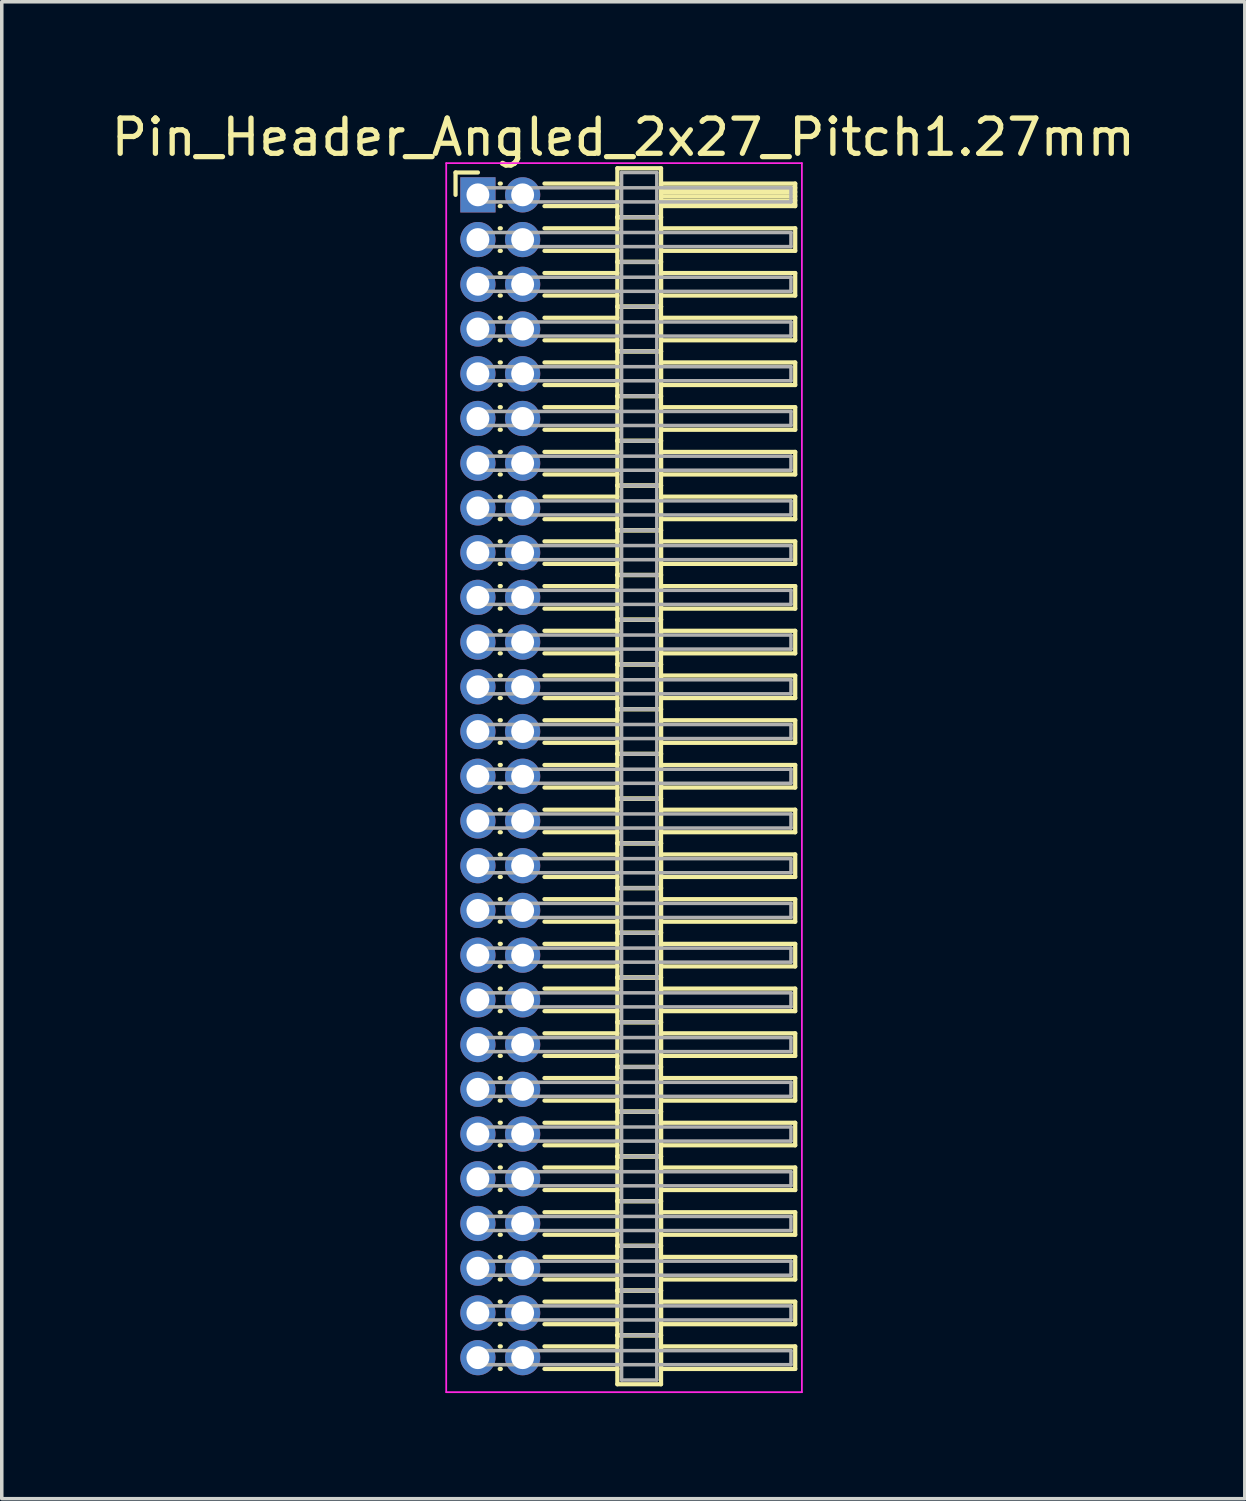
<source format=kicad_pcb>
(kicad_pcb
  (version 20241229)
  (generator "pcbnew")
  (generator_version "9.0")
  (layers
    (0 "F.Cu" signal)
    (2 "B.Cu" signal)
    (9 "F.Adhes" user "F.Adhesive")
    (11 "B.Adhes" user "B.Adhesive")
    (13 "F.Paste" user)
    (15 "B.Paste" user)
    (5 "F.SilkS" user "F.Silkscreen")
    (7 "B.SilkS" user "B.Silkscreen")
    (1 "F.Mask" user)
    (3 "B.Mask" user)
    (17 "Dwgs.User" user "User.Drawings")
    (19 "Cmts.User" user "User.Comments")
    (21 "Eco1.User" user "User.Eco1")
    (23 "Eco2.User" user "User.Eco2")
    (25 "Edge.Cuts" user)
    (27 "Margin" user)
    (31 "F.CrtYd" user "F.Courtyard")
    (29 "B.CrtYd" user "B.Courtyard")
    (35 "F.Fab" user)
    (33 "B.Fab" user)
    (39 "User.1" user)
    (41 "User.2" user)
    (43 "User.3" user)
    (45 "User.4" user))
  (footprint "Pin_Header_Angled_2x27_Pitch1.27mm"
    (layer "F.Cu")
    (at 10.521 2.483)
    (property "Reference" "Pin_Header_Angled_2x27_Pitch1.27mm" (at 4.128 -1.635 0) (layer "F.SilkS") (effects (font (size 1 1) (thickness 0.15))))
    (attr through_hole)
    (fp_line (start -0.635 -0.635) (end 0 -0.635) (stroke (width 0.12) (type solid)) (layer "F.SilkS"))
    (fp_line (start -0.635 0) (end -0.635 -0.635) (stroke (width 0.12) (type solid)) (layer "F.SilkS"))
    (fp_line (start 0.62 -0.32) (end 0.65 -0.32) (stroke (width 0.12) (type solid)) (layer "F.SilkS"))
    (fp_line (start 0.62 0.32) (end 0.65 0.32) (stroke (width 0.12) (type solid)) (layer "F.SilkS"))
    (fp_line (start 0.62 0.95) (end 0.65 0.95) (stroke (width 0.12) (type solid)) (layer "F.SilkS"))
    (fp_line (start 0.62 1.59) (end 0.65 1.59) (stroke (width 0.12) (type solid)) (layer "F.SilkS"))
    (fp_line (start 0.62 2.22) (end 0.65 2.22) (stroke (width 0.12) (type solid)) (layer "F.SilkS"))
    (fp_line (start 0.62 2.86) (end 0.65 2.86) (stroke (width 0.12) (type solid)) (layer "F.SilkS"))
    (fp_line (start 0.62 3.49) (end 0.65 3.49) (stroke (width 0.12) (type solid)) (layer "F.SilkS"))
    (fp_line (start 0.62 4.13) (end 0.65 4.13) (stroke (width 0.12) (type solid)) (layer "F.SilkS"))
    (fp_line (start 0.62 4.76) (end 0.65 4.76) (stroke (width 0.12) (type solid)) (layer "F.SilkS"))
    (fp_line (start 0.62 5.4) (end 0.65 5.4) (stroke (width 0.12) (type solid)) (layer "F.SilkS"))
    (fp_line (start 0.62 6.03) (end 0.65 6.03) (stroke (width 0.12) (type solid)) (layer "F.SilkS"))
    (fp_line (start 0.62 6.67) (end 0.65 6.67) (stroke (width 0.12) (type solid)) (layer "F.SilkS"))
    (fp_line (start 0.62 7.3) (end 0.65 7.3) (stroke (width 0.12) (type solid)) (layer "F.SilkS"))
    (fp_line (start 0.62 7.94) (end 0.65 7.94) (stroke (width 0.12) (type solid)) (layer "F.SilkS"))
    (fp_line (start 0.62 8.57) (end 0.65 8.57) (stroke (width 0.12) (type solid)) (layer "F.SilkS"))
    (fp_line (start 0.62 9.21) (end 0.65 9.21) (stroke (width 0.12) (type solid)) (layer "F.SilkS"))
    (fp_line (start 0.62 9.84) (end 0.65 9.84) (stroke (width 0.12) (type solid)) (layer "F.SilkS"))
    (fp_line (start 0.62 10.48) (end 0.65 10.48) (stroke (width 0.12) (type solid)) (layer "F.SilkS"))
    (fp_line (start 0.62 11.11) (end 0.65 11.11) (stroke (width 0.12) (type solid)) (layer "F.SilkS"))
    (fp_line (start 0.62 11.75) (end 0.65 11.75) (stroke (width 0.12) (type solid)) (layer "F.SilkS"))
    (fp_line (start 0.62 12.38) (end 0.65 12.38) (stroke (width 0.12) (type solid)) (layer "F.SilkS"))
    (fp_line (start 0.62 13.02) (end 0.65 13.02) (stroke (width 0.12) (type solid)) (layer "F.SilkS"))
    (fp_line (start 0.62 13.65) (end 0.65 13.65) (stroke (width 0.12) (type solid)) (layer "F.SilkS"))
    (fp_line (start 0.62 14.29) (end 0.65 14.29) (stroke (width 0.12) (type solid)) (layer "F.SilkS"))
    (fp_line (start 0.62 14.92) (end 0.65 14.92) (stroke (width 0.12) (type solid)) (layer "F.SilkS"))
    (fp_line (start 0.62 15.56) (end 0.65 15.56) (stroke (width 0.12) (type solid)) (layer "F.SilkS"))
    (fp_line (start 0.62 16.19) (end 0.65 16.19) (stroke (width 0.12) (type solid)) (layer "F.SilkS"))
    (fp_line (start 0.62 16.83) (end 0.65 16.83) (stroke (width 0.12) (type solid)) (layer "F.SilkS"))
    (fp_line (start 0.62 17.46) (end 0.65 17.46) (stroke (width 0.12) (type solid)) (layer "F.SilkS"))
    (fp_line (start 0.62 18.1) (end 0.65 18.1) (stroke (width 0.12) (type solid)) (layer "F.SilkS"))
    (fp_line (start 0.62 18.73) (end 0.65 18.73) (stroke (width 0.12) (type solid)) (layer "F.SilkS"))
    (fp_line (start 0.62 19.37) (end 0.65 19.37) (stroke (width 0.12) (type solid)) (layer "F.SilkS"))
    (fp_line (start 0.62 20) (end 0.65 20) (stroke (width 0.12) (type solid)) (layer "F.SilkS"))
    (fp_line (start 0.62 20.64) (end 0.65 20.64) (stroke (width 0.12) (type solid)) (layer "F.SilkS"))
    (fp_line (start 0.62 21.27) (end 0.65 21.27) (stroke (width 0.12) (type solid)) (layer "F.SilkS"))
    (fp_line (start 0.62 21.91) (end 0.65 21.91) (stroke (width 0.12) (type solid)) (layer "F.SilkS"))
    (fp_line (start 0.62 22.54) (end 0.65 22.54) (stroke (width 0.12) (type solid)) (layer "F.SilkS"))
    (fp_line (start 0.62 23.18) (end 0.65 23.18) (stroke (width 0.12) (type solid)) (layer "F.SilkS"))
    (fp_line (start 0.62 23.81) (end 0.65 23.81) (stroke (width 0.12) (type solid)) (layer "F.SilkS"))
    (fp_line (start 0.62 24.45) (end 0.65 24.45) (stroke (width 0.12) (type solid)) (layer "F.SilkS"))
    (fp_line (start 0.62 25.08) (end 0.65 25.08) (stroke (width 0.12) (type solid)) (layer "F.SilkS"))
    (fp_line (start 0.62 25.72) (end 0.65 25.72) (stroke (width 0.12) (type solid)) (layer "F.SilkS"))
    (fp_line (start 0.62 26.35) (end 0.65 26.35) (stroke (width 0.12) (type solid)) (layer "F.SilkS"))
    (fp_line (start 0.62 26.99) (end 0.65 26.99) (stroke (width 0.12) (type solid)) (layer "F.SilkS"))
    (fp_line (start 0.62 27.62) (end 0.65 27.62) (stroke (width 0.12) (type solid)) (layer "F.SilkS"))
    (fp_line (start 0.62 28.26) (end 0.65 28.26) (stroke (width 0.12) (type solid)) (layer "F.SilkS"))
    (fp_line (start 0.62 28.89) (end 0.65 28.89) (stroke (width 0.12) (type solid)) (layer "F.SilkS"))
    (fp_line (start 0.62 29.53) (end 0.65 29.53) (stroke (width 0.12) (type solid)) (layer "F.SilkS"))
    (fp_line (start 0.62 30.16) (end 0.65 30.16) (stroke (width 0.12) (type solid)) (layer "F.SilkS"))
    (fp_line (start 0.62 30.8) (end 0.65 30.8) (stroke (width 0.12) (type solid)) (layer "F.SilkS"))
    (fp_line (start 0.62 31.43) (end 0.65 31.43) (stroke (width 0.12) (type solid)) (layer "F.SilkS"))
    (fp_line (start 0.62 32.07) (end 0.65 32.07) (stroke (width 0.12) (type solid)) (layer "F.SilkS"))
    (fp_line (start 0.62 32.7) (end 0.65 32.7) (stroke (width 0.12) (type solid)) (layer "F.SilkS"))
    (fp_line (start 0.62 33.34) (end 0.65 33.34) (stroke (width 0.12) (type solid)) (layer "F.SilkS"))
    (fp_line (start 1.89 -0.32) (end 3.96 -0.32) (stroke (width 0.12) (type solid)) (layer "F.SilkS"))
    (fp_line (start 1.89 0.32) (end 3.96 0.32) (stroke (width 0.12) (type solid)) (layer "F.SilkS"))
    (fp_line (start 1.89 0.95) (end 3.96 0.95) (stroke (width 0.12) (type solid)) (layer "F.SilkS"))
    (fp_line (start 1.89 1.59) (end 3.96 1.59) (stroke (width 0.12) (type solid)) (layer "F.SilkS"))
    (fp_line (start 1.89 2.22) (end 3.96 2.22) (stroke (width 0.12) (type solid)) (layer "F.SilkS"))
    (fp_line (start 1.89 2.86) (end 3.96 2.86) (stroke (width 0.12) (type solid)) (layer "F.SilkS"))
    (fp_line (start 1.89 3.49) (end 3.96 3.49) (stroke (width 0.12) (type solid)) (layer "F.SilkS"))
    (fp_line (start 1.89 4.13) (end 3.96 4.13) (stroke (width 0.12) (type solid)) (layer "F.SilkS"))
    (fp_line (start 1.89 4.76) (end 3.96 4.76) (stroke (width 0.12) (type solid)) (layer "F.SilkS"))
    (fp_line (start 1.89 5.4) (end 3.96 5.4) (stroke (width 0.12) (type solid)) (layer "F.SilkS"))
    (fp_line (start 1.89 6.03) (end 3.96 6.03) (stroke (width 0.12) (type solid)) (layer "F.SilkS"))
    (fp_line (start 1.89 6.67) (end 3.96 6.67) (stroke (width 0.12) (type solid)) (layer "F.SilkS"))
    (fp_line (start 1.89 7.3) (end 3.96 7.3) (stroke (width 0.12) (type solid)) (layer "F.SilkS"))
    (fp_line (start 1.89 7.94) (end 3.96 7.94) (stroke (width 0.12) (type solid)) (layer "F.SilkS"))
    (fp_line (start 1.89 8.57) (end 3.96 8.57) (stroke (width 0.12) (type solid)) (layer "F.SilkS"))
    (fp_line (start 1.89 9.21) (end 3.96 9.21) (stroke (width 0.12) (type solid)) (layer "F.SilkS"))
    (fp_line (start 1.89 9.84) (end 3.96 9.84) (stroke (width 0.12) (type solid)) (layer "F.SilkS"))
    (fp_line (start 1.89 10.48) (end 3.96 10.48) (stroke (width 0.12) (type solid)) (layer "F.SilkS"))
    (fp_line (start 1.89 11.11) (end 3.96 11.11) (stroke (width 0.12) (type solid)) (layer "F.SilkS"))
    (fp_line (start 1.89 11.75) (end 3.96 11.75) (stroke (width 0.12) (type solid)) (layer "F.SilkS"))
    (fp_line (start 1.89 12.38) (end 3.96 12.38) (stroke (width 0.12) (type solid)) (layer "F.SilkS"))
    (fp_line (start 1.89 13.02) (end 3.96 13.02) (stroke (width 0.12) (type solid)) (layer "F.SilkS"))
    (fp_line (start 1.89 13.65) (end 3.96 13.65) (stroke (width 0.12) (type solid)) (layer "F.SilkS"))
    (fp_line (start 1.89 14.29) (end 3.96 14.29) (stroke (width 0.12) (type solid)) (layer "F.SilkS"))
    (fp_line (start 1.89 14.92) (end 3.96 14.92) (stroke (width 0.12) (type solid)) (layer "F.SilkS"))
    (fp_line (start 1.89 15.56) (end 3.96 15.56) (stroke (width 0.12) (type solid)) (layer "F.SilkS"))
    (fp_line (start 1.89 16.19) (end 3.96 16.19) (stroke (width 0.12) (type solid)) (layer "F.SilkS"))
    (fp_line (start 1.89 16.83) (end 3.96 16.83) (stroke (width 0.12) (type solid)) (layer "F.SilkS"))
    (fp_line (start 1.89 17.46) (end 3.96 17.46) (stroke (width 0.12) (type solid)) (layer "F.SilkS"))
    (fp_line (start 1.89 18.1) (end 3.96 18.1) (stroke (width 0.12) (type solid)) (layer "F.SilkS"))
    (fp_line (start 1.89 18.73) (end 3.96 18.73) (stroke (width 0.12) (type solid)) (layer "F.SilkS"))
    (fp_line (start 1.89 19.37) (end 3.96 19.37) (stroke (width 0.12) (type solid)) (layer "F.SilkS"))
    (fp_line (start 1.89 20) (end 3.96 20) (stroke (width 0.12) (type solid)) (layer "F.SilkS"))
    (fp_line (start 1.89 20.64) (end 3.96 20.64) (stroke (width 0.12) (type solid)) (layer "F.SilkS"))
    (fp_line (start 1.89 21.27) (end 3.96 21.27) (stroke (width 0.12) (type solid)) (layer "F.SilkS"))
    (fp_line (start 1.89 21.91) (end 3.96 21.91) (stroke (width 0.12) (type solid)) (layer "F.SilkS"))
    (fp_line (start 1.89 22.54) (end 3.96 22.54) (stroke (width 0.12) (type solid)) (layer "F.SilkS"))
    (fp_line (start 1.89 23.18) (end 3.96 23.18) (stroke (width 0.12) (type solid)) (layer "F.SilkS"))
    (fp_line (start 1.89 23.81) (end 3.96 23.81) (stroke (width 0.12) (type solid)) (layer "F.SilkS"))
    (fp_line (start 1.89 24.45) (end 3.96 24.45) (stroke (width 0.12) (type solid)) (layer "F.SilkS"))
    (fp_line (start 1.89 25.08) (end 3.96 25.08) (stroke (width 0.12) (type solid)) (layer "F.SilkS"))
    (fp_line (start 1.89 25.72) (end 3.96 25.72) (stroke (width 0.12) (type solid)) (layer "F.SilkS"))
    (fp_line (start 1.89 26.35) (end 3.96 26.35) (stroke (width 0.12) (type solid)) (layer "F.SilkS"))
    (fp_line (start 1.89 26.99) (end 3.96 26.99) (stroke (width 0.12) (type solid)) (layer "F.SilkS"))
    (fp_line (start 1.89 27.62) (end 3.96 27.62) (stroke (width 0.12) (type solid)) (layer "F.SilkS"))
    (fp_line (start 1.89 28.26) (end 3.96 28.26) (stroke (width 0.12) (type solid)) (layer "F.SilkS"))
    (fp_line (start 1.89 28.89) (end 3.96 28.89) (stroke (width 0.12) (type solid)) (layer "F.SilkS"))
    (fp_line (start 1.89 29.53) (end 3.96 29.53) (stroke (width 0.12) (type solid)) (layer "F.SilkS"))
    (fp_line (start 1.89 30.16) (end 3.96 30.16) (stroke (width 0.12) (type solid)) (layer "F.SilkS"))
    (fp_line (start 1.89 30.8) (end 3.96 30.8) (stroke (width 0.12) (type solid)) (layer "F.SilkS"))
    (fp_line (start 1.89 31.43) (end 3.96 31.43) (stroke (width 0.12) (type solid)) (layer "F.SilkS"))
    (fp_line (start 1.89 32.07) (end 3.96 32.07) (stroke (width 0.12) (type solid)) (layer "F.SilkS"))
    (fp_line (start 1.89 32.7) (end 3.96 32.7) (stroke (width 0.12) (type solid)) (layer "F.SilkS"))
    (fp_line (start 1.89 33.34) (end 3.96 33.34) (stroke (width 0.12) (type solid)) (layer "F.SilkS"))
    (fp_line (start 3.96 -0.755) (end 3.96 0.635) (stroke (width 0.12) (type solid)) (layer "F.SilkS"))
    (fp_line (start 3.96 0.635) (end 3.96 1.905) (stroke (width 0.12) (type solid)) (layer "F.SilkS"))
    (fp_line (start 3.96 0.635) (end 5.2 0.635) (stroke (width 0.12) (type solid)) (layer "F.SilkS"))
    (fp_line (start 3.96 1.905) (end 3.96 3.175) (stroke (width 0.12) (type solid)) (layer "F.SilkS"))
    (fp_line (start 3.96 1.905) (end 5.2 1.905) (stroke (width 0.12) (type solid)) (layer "F.SilkS"))
    (fp_line (start 3.96 3.175) (end 3.96 4.445) (stroke (width 0.12) (type solid)) (layer "F.SilkS"))
    (fp_line (start 3.96 3.175) (end 5.2 3.175) (stroke (width 0.12) (type solid)) (layer "F.SilkS"))
    (fp_line (start 3.96 4.445) (end 3.96 5.715) (stroke (width 0.12) (type solid)) (layer "F.SilkS"))
    (fp_line (start 3.96 4.445) (end 5.2 4.445) (stroke (width 0.12) (type solid)) (layer "F.SilkS"))
    (fp_line (start 3.96 5.715) (end 3.96 6.985) (stroke (width 0.12) (type solid)) (layer "F.SilkS"))
    (fp_line (start 3.96 5.715) (end 5.2 5.715) (stroke (width 0.12) (type solid)) (layer "F.SilkS"))
    (fp_line (start 3.96 6.985) (end 3.96 8.255) (stroke (width 0.12) (type solid)) (layer "F.SilkS"))
    (fp_line (start 3.96 6.985) (end 5.2 6.985) (stroke (width 0.12) (type solid)) (layer "F.SilkS"))
    (fp_line (start 3.96 8.255) (end 3.96 9.525) (stroke (width 0.12) (type solid)) (layer "F.SilkS"))
    (fp_line (start 3.96 8.255) (end 5.2 8.255) (stroke (width 0.12) (type solid)) (layer "F.SilkS"))
    (fp_line (start 3.96 9.525) (end 3.96 10.795) (stroke (width 0.12) (type solid)) (layer "F.SilkS"))
    (fp_line (start 3.96 9.525) (end 5.2 9.525) (stroke (width 0.12) (type solid)) (layer "F.SilkS"))
    (fp_line (start 3.96 10.795) (end 3.96 12.065) (stroke (width 0.12) (type solid)) (layer "F.SilkS"))
    (fp_line (start 3.96 10.795) (end 5.2 10.795) (stroke (width 0.12) (type solid)) (layer "F.SilkS"))
    (fp_line (start 3.96 12.065) (end 3.96 13.335) (stroke (width 0.12) (type solid)) (layer "F.SilkS"))
    (fp_line (start 3.96 12.065) (end 5.2 12.065) (stroke (width 0.12) (type solid)) (layer "F.SilkS"))
    (fp_line (start 3.96 13.335) (end 3.96 14.605) (stroke (width 0.12) (type solid)) (layer "F.SilkS"))
    (fp_line (start 3.96 13.335) (end 5.2 13.335) (stroke (width 0.12) (type solid)) (layer "F.SilkS"))
    (fp_line (start 3.96 14.605) (end 3.96 15.875) (stroke (width 0.12) (type solid)) (layer "F.SilkS"))
    (fp_line (start 3.96 14.605) (end 5.2 14.605) (stroke (width 0.12) (type solid)) (layer "F.SilkS"))
    (fp_line (start 3.96 15.875) (end 3.96 17.145) (stroke (width 0.12) (type solid)) (layer "F.SilkS"))
    (fp_line (start 3.96 15.875) (end 5.2 15.875) (stroke (width 0.12) (type solid)) (layer "F.SilkS"))
    (fp_line (start 3.96 17.145) (end 3.96 18.415) (stroke (width 0.12) (type solid)) (layer "F.SilkS"))
    (fp_line (start 3.96 17.145) (end 5.2 17.145) (stroke (width 0.12) (type solid)) (layer "F.SilkS"))
    (fp_line (start 3.96 18.415) (end 3.96 19.685) (stroke (width 0.12) (type solid)) (layer "F.SilkS"))
    (fp_line (start 3.96 18.415) (end 5.2 18.415) (stroke (width 0.12) (type solid)) (layer "F.SilkS"))
    (fp_line (start 3.96 19.685) (end 3.96 20.955) (stroke (width 0.12) (type solid)) (layer "F.SilkS"))
    (fp_line (start 3.96 19.685) (end 5.2 19.685) (stroke (width 0.12) (type solid)) (layer "F.SilkS"))
    (fp_line (start 3.96 20.955) (end 3.96 22.225) (stroke (width 0.12) (type solid)) (layer "F.SilkS"))
    (fp_line (start 3.96 20.955) (end 5.2 20.955) (stroke (width 0.12) (type solid)) (layer "F.SilkS"))
    (fp_line (start 3.96 22.225) (end 3.96 23.495) (stroke (width 0.12) (type solid)) (layer "F.SilkS"))
    (fp_line (start 3.96 22.225) (end 5.2 22.225) (stroke (width 0.12) (type solid)) (layer "F.SilkS"))
    (fp_line (start 3.96 23.495) (end 3.96 24.765) (stroke (width 0.12) (type solid)) (layer "F.SilkS"))
    (fp_line (start 3.96 23.495) (end 5.2 23.495) (stroke (width 0.12) (type solid)) (layer "F.SilkS"))
    (fp_line (start 3.96 24.765) (end 3.96 26.035) (stroke (width 0.12) (type solid)) (layer "F.SilkS"))
    (fp_line (start 3.96 24.765) (end 5.2 24.765) (stroke (width 0.12) (type solid)) (layer "F.SilkS"))
    (fp_line (start 3.96 26.035) (end 3.96 27.305) (stroke (width 0.12) (type solid)) (layer "F.SilkS"))
    (fp_line (start 3.96 26.035) (end 5.2 26.035) (stroke (width 0.12) (type solid)) (layer "F.SilkS"))
    (fp_line (start 3.96 27.305) (end 3.96 28.575) (stroke (width 0.12) (type solid)) (layer "F.SilkS"))
    (fp_line (start 3.96 27.305) (end 5.2 27.305) (stroke (width 0.12) (type solid)) (layer "F.SilkS"))
    (fp_line (start 3.96 28.575) (end 3.96 29.845) (stroke (width 0.12) (type solid)) (layer "F.SilkS"))
    (fp_line (start 3.96 28.575) (end 5.2 28.575) (stroke (width 0.12) (type solid)) (layer "F.SilkS"))
    (fp_line (start 3.96 29.845) (end 3.96 31.115) (stroke (width 0.12) (type solid)) (layer "F.SilkS"))
    (fp_line (start 3.96 29.845) (end 5.2 29.845) (stroke (width 0.12) (type solid)) (layer "F.SilkS"))
    (fp_line (start 3.96 31.115) (end 3.96 32.385) (stroke (width 0.12) (type solid)) (layer "F.SilkS"))
    (fp_line (start 3.96 31.115) (end 5.2 31.115) (stroke (width 0.12) (type solid)) (layer "F.SilkS"))
    (fp_line (start 3.96 32.385) (end 3.96 33.775) (stroke (width 0.12) (type solid)) (layer "F.SilkS"))
    (fp_line (start 3.96 32.385) (end 5.2 32.385) (stroke (width 0.12) (type solid)) (layer "F.SilkS"))
    (fp_line (start 3.96 33.775) (end 5.2 33.775) (stroke (width 0.12) (type solid)) (layer "F.SilkS"))
    (fp_line (start 5.2 -0.755) (end 3.96 -0.755) (stroke (width 0.12) (type solid)) (layer "F.SilkS"))
    (fp_line (start 5.2 -0.32) (end 5.2 0.32) (stroke (width 0.12) (type solid)) (layer "F.SilkS"))
    (fp_line (start 5.2 -0.2) (end 9.01 -0.2) (stroke (width 0.12) (type solid)) (layer "F.SilkS"))
    (fp_line (start 5.2 -0.08) (end 9.01 -0.08) (stroke (width 0.12) (type solid)) (layer "F.SilkS"))
    (fp_line (start 5.2 0.04) (end 9.01 0.04) (stroke (width 0.12) (type solid)) (layer "F.SilkS"))
    (fp_line (start 5.2 0.16) (end 9.01 0.16) (stroke (width 0.12) (type solid)) (layer "F.SilkS"))
    (fp_line (start 5.2 0.28) (end 9.01 0.28) (stroke (width 0.12) (type solid)) (layer "F.SilkS"))
    (fp_line (start 5.2 0.32) (end 9.01 0.32) (stroke (width 0.12) (type solid)) (layer "F.SilkS"))
    (fp_line (start 5.2 0.635) (end 3.96 0.635) (stroke (width 0.12) (type solid)) (layer "F.SilkS"))
    (fp_line (start 5.2 0.635) (end 5.2 -0.755) (stroke (width 0.12) (type solid)) (layer "F.SilkS"))
    (fp_line (start 5.2 0.95) (end 5.2 1.59) (stroke (width 0.12) (type solid)) (layer "F.SilkS"))
    (fp_line (start 5.2 1.59) (end 9.01 1.59) (stroke (width 0.12) (type solid)) (layer "F.SilkS"))
    (fp_line (start 5.2 1.905) (end 3.96 1.905) (stroke (width 0.12) (type solid)) (layer "F.SilkS"))
    (fp_line (start 5.2 1.905) (end 5.2 0.635) (stroke (width 0.12) (type solid)) (layer "F.SilkS"))
    (fp_line (start 5.2 2.22) (end 5.2 2.86) (stroke (width 0.12) (type solid)) (layer "F.SilkS"))
    (fp_line (start 5.2 2.86) (end 9.01 2.86) (stroke (width 0.12) (type solid)) (layer "F.SilkS"))
    (fp_line (start 5.2 3.175) (end 3.96 3.175) (stroke (width 0.12) (type solid)) (layer "F.SilkS"))
    (fp_line (start 5.2 3.175) (end 5.2 1.905) (stroke (width 0.12) (type solid)) (layer "F.SilkS"))
    (fp_line (start 5.2 3.49) (end 5.2 4.13) (stroke (width 0.12) (type solid)) (layer "F.SilkS"))
    (fp_line (start 5.2 4.13) (end 9.01 4.13) (stroke (width 0.12) (type solid)) (layer "F.SilkS"))
    (fp_line (start 5.2 4.445) (end 3.96 4.445) (stroke (width 0.12) (type solid)) (layer "F.SilkS"))
    (fp_line (start 5.2 4.445) (end 5.2 3.175) (stroke (width 0.12) (type solid)) (layer "F.SilkS"))
    (fp_line (start 5.2 4.76) (end 5.2 5.4) (stroke (width 0.12) (type solid)) (layer "F.SilkS"))
    (fp_line (start 5.2 5.4) (end 9.01 5.4) (stroke (width 0.12) (type solid)) (layer "F.SilkS"))
    (fp_line (start 5.2 5.715) (end 3.96 5.715) (stroke (width 0.12) (type solid)) (layer "F.SilkS"))
    (fp_line (start 5.2 5.715) (end 5.2 4.445) (stroke (width 0.12) (type solid)) (layer "F.SilkS"))
    (fp_line (start 5.2 6.03) (end 5.2 6.67) (stroke (width 0.12) (type solid)) (layer "F.SilkS"))
    (fp_line (start 5.2 6.67) (end 9.01 6.67) (stroke (width 0.12) (type solid)) (layer "F.SilkS"))
    (fp_line (start 5.2 6.985) (end 3.96 6.985) (stroke (width 0.12) (type solid)) (layer "F.SilkS"))
    (fp_line (start 5.2 6.985) (end 5.2 5.715) (stroke (width 0.12) (type solid)) (layer "F.SilkS"))
    (fp_line (start 5.2 7.3) (end 5.2 7.94) (stroke (width 0.12) (type solid)) (layer "F.SilkS"))
    (fp_line (start 5.2 7.94) (end 9.01 7.94) (stroke (width 0.12) (type solid)) (layer "F.SilkS"))
    (fp_line (start 5.2 8.255) (end 3.96 8.255) (stroke (width 0.12) (type solid)) (layer "F.SilkS"))
    (fp_line (start 5.2 8.255) (end 5.2 6.985) (stroke (width 0.12) (type solid)) (layer "F.SilkS"))
    (fp_line (start 5.2 8.57) (end 5.2 9.21) (stroke (width 0.12) (type solid)) (layer "F.SilkS"))
    (fp_line (start 5.2 9.21) (end 9.01 9.21) (stroke (width 0.12) (type solid)) (layer "F.SilkS"))
    (fp_line (start 5.2 9.525) (end 3.96 9.525) (stroke (width 0.12) (type solid)) (layer "F.SilkS"))
    (fp_line (start 5.2 9.525) (end 5.2 8.255) (stroke (width 0.12) (type solid)) (layer "F.SilkS"))
    (fp_line (start 5.2 9.84) (end 5.2 10.48) (stroke (width 0.12) (type solid)) (layer "F.SilkS"))
    (fp_line (start 5.2 10.48) (end 9.01 10.48) (stroke (width 0.12) (type solid)) (layer "F.SilkS"))
    (fp_line (start 5.2 10.795) (end 3.96 10.795) (stroke (width 0.12) (type solid)) (layer "F.SilkS"))
    (fp_line (start 5.2 10.795) (end 5.2 9.525) (stroke (width 0.12) (type solid)) (layer "F.SilkS"))
    (fp_line (start 5.2 11.11) (end 5.2 11.75) (stroke (width 0.12) (type solid)) (layer "F.SilkS"))
    (fp_line (start 5.2 11.75) (end 9.01 11.75) (stroke (width 0.12) (type solid)) (layer "F.SilkS"))
    (fp_line (start 5.2 12.065) (end 3.96 12.065) (stroke (width 0.12) (type solid)) (layer "F.SilkS"))
    (fp_line (start 5.2 12.065) (end 5.2 10.795) (stroke (width 0.12) (type solid)) (layer "F.SilkS"))
    (fp_line (start 5.2 12.38) (end 5.2 13.02) (stroke (width 0.12) (type solid)) (layer "F.SilkS"))
    (fp_line (start 5.2 13.02) (end 9.01 13.02) (stroke (width 0.12) (type solid)) (layer "F.SilkS"))
    (fp_line (start 5.2 13.335) (end 3.96 13.335) (stroke (width 0.12) (type solid)) (layer "F.SilkS"))
    (fp_line (start 5.2 13.335) (end 5.2 12.065) (stroke (width 0.12) (type solid)) (layer "F.SilkS"))
    (fp_line (start 5.2 13.65) (end 5.2 14.29) (stroke (width 0.12) (type solid)) (layer "F.SilkS"))
    (fp_line (start 5.2 14.29) (end 9.01 14.29) (stroke (width 0.12) (type solid)) (layer "F.SilkS"))
    (fp_line (start 5.2 14.605) (end 3.96 14.605) (stroke (width 0.12) (type solid)) (layer "F.SilkS"))
    (fp_line (start 5.2 14.605) (end 5.2 13.335) (stroke (width 0.12) (type solid)) (layer "F.SilkS"))
    (fp_line (start 5.2 14.92) (end 5.2 15.56) (stroke (width 0.12) (type solid)) (layer "F.SilkS"))
    (fp_line (start 5.2 15.56) (end 9.01 15.56) (stroke (width 0.12) (type solid)) (layer "F.SilkS"))
    (fp_line (start 5.2 15.875) (end 3.96 15.875) (stroke (width 0.12) (type solid)) (layer "F.SilkS"))
    (fp_line (start 5.2 15.875) (end 5.2 14.605) (stroke (width 0.12) (type solid)) (layer "F.SilkS"))
    (fp_line (start 5.2 16.19) (end 5.2 16.83) (stroke (width 0.12) (type solid)) (layer "F.SilkS"))
    (fp_line (start 5.2 16.83) (end 9.01 16.83) (stroke (width 0.12) (type solid)) (layer "F.SilkS"))
    (fp_line (start 5.2 17.145) (end 3.96 17.145) (stroke (width 0.12) (type solid)) (layer "F.SilkS"))
    (fp_line (start 5.2 17.145) (end 5.2 15.875) (stroke (width 0.12) (type solid)) (layer "F.SilkS"))
    (fp_line (start 5.2 17.46) (end 5.2 18.1) (stroke (width 0.12) (type solid)) (layer "F.SilkS"))
    (fp_line (start 5.2 18.1) (end 9.01 18.1) (stroke (width 0.12) (type solid)) (layer "F.SilkS"))
    (fp_line (start 5.2 18.415) (end 3.96 18.415) (stroke (width 0.12) (type solid)) (layer "F.SilkS"))
    (fp_line (start 5.2 18.415) (end 5.2 17.145) (stroke (width 0.12) (type solid)) (layer "F.SilkS"))
    (fp_line (start 5.2 18.73) (end 5.2 19.37) (stroke (width 0.12) (type solid)) (layer "F.SilkS"))
    (fp_line (start 5.2 19.37) (end 9.01 19.37) (stroke (width 0.12) (type solid)) (layer "F.SilkS"))
    (fp_line (start 5.2 19.685) (end 3.96 19.685) (stroke (width 0.12) (type solid)) (layer "F.SilkS"))
    (fp_line (start 5.2 19.685) (end 5.2 18.415) (stroke (width 0.12) (type solid)) (layer "F.SilkS"))
    (fp_line (start 5.2 20) (end 5.2 20.64) (stroke (width 0.12) (type solid)) (layer "F.SilkS"))
    (fp_line (start 5.2 20.64) (end 9.01 20.64) (stroke (width 0.12) (type solid)) (layer "F.SilkS"))
    (fp_line (start 5.2 20.955) (end 3.96 20.955) (stroke (width 0.12) (type solid)) (layer "F.SilkS"))
    (fp_line (start 5.2 20.955) (end 5.2 19.685) (stroke (width 0.12) (type solid)) (layer "F.SilkS"))
    (fp_line (start 5.2 21.27) (end 5.2 21.91) (stroke (width 0.12) (type solid)) (layer "F.SilkS"))
    (fp_line (start 5.2 21.91) (end 9.01 21.91) (stroke (width 0.12) (type solid)) (layer "F.SilkS"))
    (fp_line (start 5.2 22.225) (end 3.96 22.225) (stroke (width 0.12) (type solid)) (layer "F.SilkS"))
    (fp_line (start 5.2 22.225) (end 5.2 20.955) (stroke (width 0.12) (type solid)) (layer "F.SilkS"))
    (fp_line (start 5.2 22.54) (end 5.2 23.18) (stroke (width 0.12) (type solid)) (layer "F.SilkS"))
    (fp_line (start 5.2 23.18) (end 9.01 23.18) (stroke (width 0.12) (type solid)) (layer "F.SilkS"))
    (fp_line (start 5.2 23.495) (end 3.96 23.495) (stroke (width 0.12) (type solid)) (layer "F.SilkS"))
    (fp_line (start 5.2 23.495) (end 5.2 22.225) (stroke (width 0.12) (type solid)) (layer "F.SilkS"))
    (fp_line (start 5.2 23.81) (end 5.2 24.45) (stroke (width 0.12) (type solid)) (layer "F.SilkS"))
    (fp_line (start 5.2 24.45) (end 9.01 24.45) (stroke (width 0.12) (type solid)) (layer "F.SilkS"))
    (fp_line (start 5.2 24.765) (end 3.96 24.765) (stroke (width 0.12) (type solid)) (layer "F.SilkS"))
    (fp_line (start 5.2 24.765) (end 5.2 23.495) (stroke (width 0.12) (type solid)) (layer "F.SilkS"))
    (fp_line (start 5.2 25.08) (end 5.2 25.72) (stroke (width 0.12) (type solid)) (layer "F.SilkS"))
    (fp_line (start 5.2 25.72) (end 9.01 25.72) (stroke (width 0.12) (type solid)) (layer "F.SilkS"))
    (fp_line (start 5.2 26.035) (end 3.96 26.035) (stroke (width 0.12) (type solid)) (layer "F.SilkS"))
    (fp_line (start 5.2 26.035) (end 5.2 24.765) (stroke (width 0.12) (type solid)) (layer "F.SilkS"))
    (fp_line (start 5.2 26.35) (end 5.2 26.99) (stroke (width 0.12) (type solid)) (layer "F.SilkS"))
    (fp_line (start 5.2 26.99) (end 9.01 26.99) (stroke (width 0.12) (type solid)) (layer "F.SilkS"))
    (fp_line (start 5.2 27.305) (end 3.96 27.305) (stroke (width 0.12) (type solid)) (layer "F.SilkS"))
    (fp_line (start 5.2 27.305) (end 5.2 26.035) (stroke (width 0.12) (type solid)) (layer "F.SilkS"))
    (fp_line (start 5.2 27.62) (end 5.2 28.26) (stroke (width 0.12) (type solid)) (layer "F.SilkS"))
    (fp_line (start 5.2 28.26) (end 9.01 28.26) (stroke (width 0.12) (type solid)) (layer "F.SilkS"))
    (fp_line (start 5.2 28.575) (end 3.96 28.575) (stroke (width 0.12) (type solid)) (layer "F.SilkS"))
    (fp_line (start 5.2 28.575) (end 5.2 27.305) (stroke (width 0.12) (type solid)) (layer "F.SilkS"))
    (fp_line (start 5.2 28.89) (end 5.2 29.53) (stroke (width 0.12) (type solid)) (layer "F.SilkS"))
    (fp_line (start 5.2 29.53) (end 9.01 29.53) (stroke (width 0.12) (type solid)) (layer "F.SilkS"))
    (fp_line (start 5.2 29.845) (end 3.96 29.845) (stroke (width 0.12) (type solid)) (layer "F.SilkS"))
    (fp_line (start 5.2 29.845) (end 5.2 28.575) (stroke (width 0.12) (type solid)) (layer "F.SilkS"))
    (fp_line (start 5.2 30.16) (end 5.2 30.8) (stroke (width 0.12) (type solid)) (layer "F.SilkS"))
    (fp_line (start 5.2 30.8) (end 9.01 30.8) (stroke (width 0.12) (type solid)) (layer "F.SilkS"))
    (fp_line (start 5.2 31.115) (end 3.96 31.115) (stroke (width 0.12) (type solid)) (layer "F.SilkS"))
    (fp_line (start 5.2 31.115) (end 5.2 29.845) (stroke (width 0.12) (type solid)) (layer "F.SilkS"))
    (fp_line (start 5.2 31.43) (end 5.2 32.07) (stroke (width 0.12) (type solid)) (layer "F.SilkS"))
    (fp_line (start 5.2 32.07) (end 9.01 32.07) (stroke (width 0.12) (type solid)) (layer "F.SilkS"))
    (fp_line (start 5.2 32.385) (end 3.96 32.385) (stroke (width 0.12) (type solid)) (layer "F.SilkS"))
    (fp_line (start 5.2 32.385) (end 5.2 31.115) (stroke (width 0.12) (type solid)) (layer "F.SilkS"))
    (fp_line (start 5.2 32.7) (end 5.2 33.34) (stroke (width 0.12) (type solid)) (layer "F.SilkS"))
    (fp_line (start 5.2 33.34) (end 9.01 33.34) (stroke (width 0.12) (type solid)) (layer "F.SilkS"))
    (fp_line (start 5.2 33.775) (end 5.2 32.385) (stroke (width 0.12) (type solid)) (layer "F.SilkS"))
    (fp_line (start 9.01 -0.32) (end 5.2 -0.32) (stroke (width 0.12) (type solid)) (layer "F.SilkS"))
    (fp_line (start 9.01 0.32) (end 9.01 -0.32) (stroke (width 0.12) (type solid)) (layer "F.SilkS"))
    (fp_line (start 9.01 0.95) (end 5.2 0.95) (stroke (width 0.12) (type solid)) (layer "F.SilkS"))
    (fp_line (start 9.01 1.59) (end 9.01 0.95) (stroke (width 0.12) (type solid)) (layer "F.SilkS"))
    (fp_line (start 9.01 2.22) (end 5.2 2.22) (stroke (width 0.12) (type solid)) (layer "F.SilkS"))
    (fp_line (start 9.01 2.86) (end 9.01 2.22) (stroke (width 0.12) (type solid)) (layer "F.SilkS"))
    (fp_line (start 9.01 3.49) (end 5.2 3.49) (stroke (width 0.12) (type solid)) (layer "F.SilkS"))
    (fp_line (start 9.01 4.13) (end 9.01 3.49) (stroke (width 0.12) (type solid)) (layer "F.SilkS"))
    (fp_line (start 9.01 4.76) (end 5.2 4.76) (stroke (width 0.12) (type solid)) (layer "F.SilkS"))
    (fp_line (start 9.01 5.4) (end 9.01 4.76) (stroke (width 0.12) (type solid)) (layer "F.SilkS"))
    (fp_line (start 9.01 6.03) (end 5.2 6.03) (stroke (width 0.12) (type solid)) (layer "F.SilkS"))
    (fp_line (start 9.01 6.67) (end 9.01 6.03) (stroke (width 0.12) (type solid)) (layer "F.SilkS"))
    (fp_line (start 9.01 7.3) (end 5.2 7.3) (stroke (width 0.12) (type solid)) (layer "F.SilkS"))
    (fp_line (start 9.01 7.94) (end 9.01 7.3) (stroke (width 0.12) (type solid)) (layer "F.SilkS"))
    (fp_line (start 9.01 8.57) (end 5.2 8.57) (stroke (width 0.12) (type solid)) (layer "F.SilkS"))
    (fp_line (start 9.01 9.21) (end 9.01 8.57) (stroke (width 0.12) (type solid)) (layer "F.SilkS"))
    (fp_line (start 9.01 9.84) (end 5.2 9.84) (stroke (width 0.12) (type solid)) (layer "F.SilkS"))
    (fp_line (start 9.01 10.48) (end 9.01 9.84) (stroke (width 0.12) (type solid)) (layer "F.SilkS"))
    (fp_line (start 9.01 11.11) (end 5.2 11.11) (stroke (width 0.12) (type solid)) (layer "F.SilkS"))
    (fp_line (start 9.01 11.75) (end 9.01 11.11) (stroke (width 0.12) (type solid)) (layer "F.SilkS"))
    (fp_line (start 9.01 12.38) (end 5.2 12.38) (stroke (width 0.12) (type solid)) (layer "F.SilkS"))
    (fp_line (start 9.01 13.02) (end 9.01 12.38) (stroke (width 0.12) (type solid)) (layer "F.SilkS"))
    (fp_line (start 9.01 13.65) (end 5.2 13.65) (stroke (width 0.12) (type solid)) (layer "F.SilkS"))
    (fp_line (start 9.01 14.29) (end 9.01 13.65) (stroke (width 0.12) (type solid)) (layer "F.SilkS"))
    (fp_line (start 9.01 14.92) (end 5.2 14.92) (stroke (width 0.12) (type solid)) (layer "F.SilkS"))
    (fp_line (start 9.01 15.56) (end 9.01 14.92) (stroke (width 0.12) (type solid)) (layer "F.SilkS"))
    (fp_line (start 9.01 16.19) (end 5.2 16.19) (stroke (width 0.12) (type solid)) (layer "F.SilkS"))
    (fp_line (start 9.01 16.83) (end 9.01 16.19) (stroke (width 0.12) (type solid)) (layer "F.SilkS"))
    (fp_line (start 9.01 17.46) (end 5.2 17.46) (stroke (width 0.12) (type solid)) (layer "F.SilkS"))
    (fp_line (start 9.01 18.1) (end 9.01 17.46) (stroke (width 0.12) (type solid)) (layer "F.SilkS"))
    (fp_line (start 9.01 18.73) (end 5.2 18.73) (stroke (width 0.12) (type solid)) (layer "F.SilkS"))
    (fp_line (start 9.01 19.37) (end 9.01 18.73) (stroke (width 0.12) (type solid)) (layer "F.SilkS"))
    (fp_line (start 9.01 20) (end 5.2 20) (stroke (width 0.12) (type solid)) (layer "F.SilkS"))
    (fp_line (start 9.01 20.64) (end 9.01 20) (stroke (width 0.12) (type solid)) (layer "F.SilkS"))
    (fp_line (start 9.01 21.27) (end 5.2 21.27) (stroke (width 0.12) (type solid)) (layer "F.SilkS"))
    (fp_line (start 9.01 21.91) (end 9.01 21.27) (stroke (width 0.12) (type solid)) (layer "F.SilkS"))
    (fp_line (start 9.01 22.54) (end 5.2 22.54) (stroke (width 0.12) (type solid)) (layer "F.SilkS"))
    (fp_line (start 9.01 23.18) (end 9.01 22.54) (stroke (width 0.12) (type solid)) (layer "F.SilkS"))
    (fp_line (start 9.01 23.81) (end 5.2 23.81) (stroke (width 0.12) (type solid)) (layer "F.SilkS"))
    (fp_line (start 9.01 24.45) (end 9.01 23.81) (stroke (width 0.12) (type solid)) (layer "F.SilkS"))
    (fp_line (start 9.01 25.08) (end 5.2 25.08) (stroke (width 0.12) (type solid)) (layer "F.SilkS"))
    (fp_line (start 9.01 25.72) (end 9.01 25.08) (stroke (width 0.12) (type solid)) (layer "F.SilkS"))
    (fp_line (start 9.01 26.35) (end 5.2 26.35) (stroke (width 0.12) (type solid)) (layer "F.SilkS"))
    (fp_line (start 9.01 26.99) (end 9.01 26.35) (stroke (width 0.12) (type solid)) (layer "F.SilkS"))
    (fp_line (start 9.01 27.62) (end 5.2 27.62) (stroke (width 0.12) (type solid)) (layer "F.SilkS"))
    (fp_line (start 9.01 28.26) (end 9.01 27.62) (stroke (width 0.12) (type solid)) (layer "F.SilkS"))
    (fp_line (start 9.01 28.89) (end 5.2 28.89) (stroke (width 0.12) (type solid)) (layer "F.SilkS"))
    (fp_line (start 9.01 29.53) (end 9.01 28.89) (stroke (width 0.12) (type solid)) (layer "F.SilkS"))
    (fp_line (start 9.01 30.16) (end 5.2 30.16) (stroke (width 0.12) (type solid)) (layer "F.SilkS"))
    (fp_line (start 9.01 30.8) (end 9.01 30.16) (stroke (width 0.12) (type solid)) (layer "F.SilkS"))
    (fp_line (start 9.01 31.43) (end 5.2 31.43) (stroke (width 0.12) (type solid)) (layer "F.SilkS"))
    (fp_line (start 9.01 32.07) (end 9.01 31.43) (stroke (width 0.12) (type solid)) (layer "F.SilkS"))
    (fp_line (start 9.01 32.7) (end 5.2 32.7) (stroke (width 0.12) (type solid)) (layer "F.SilkS"))
    (fp_line (start 9.01 33.34) (end 9.01 32.7) (stroke (width 0.12) (type solid)) (layer "F.SilkS"))
    (fp_line (start -0.9 -0.9) (end -0.9 34) (stroke (width 0.05) (type solid)) (layer "F.CrtYd"))
    (fp_line (start -0.9 34) (end 9.2 34) (stroke (width 0.05) (type solid)) (layer "F.CrtYd"))
    (fp_line (start 9.2 -0.9) (end -0.9 -0.9) (stroke (width 0.05) (type solid)) (layer "F.CrtYd"))
    (fp_line (start 9.2 34) (end 9.2 -0.9) (stroke (width 0.05) (type solid)) (layer "F.CrtYd"))
    (fp_line (start 0 -0.2) (end 0 0.2) (stroke (width 0.1) (type solid)) (layer "F.Fab"))
    (fp_line (start 0 0.2) (end 8.89 0.2) (stroke (width 0.1) (type solid)) (layer "F.Fab"))
    (fp_line (start 0 1.07) (end 0 1.47) (stroke (width 0.1) (type solid)) (layer "F.Fab"))
    (fp_line (start 0 1.47) (end 8.89 1.47) (stroke (width 0.1) (type solid)) (layer "F.Fab"))
    (fp_line (start 0 2.34) (end 0 2.74) (stroke (width 0.1) (type solid)) (layer "F.Fab"))
    (fp_line (start 0 2.74) (end 8.89 2.74) (stroke (width 0.1) (type solid)) (layer "F.Fab"))
    (fp_line (start 0 3.61) (end 0 4.01) (stroke (width 0.1) (type solid)) (layer "F.Fab"))
    (fp_line (start 0 4.01) (end 8.89 4.01) (stroke (width 0.1) (type solid)) (layer "F.Fab"))
    (fp_line (start 0 4.88) (end 0 5.28) (stroke (width 0.1) (type solid)) (layer "F.Fab"))
    (fp_line (start 0 5.28) (end 8.89 5.28) (stroke (width 0.1) (type solid)) (layer "F.Fab"))
    (fp_line (start 0 6.15) (end 0 6.55) (stroke (width 0.1) (type solid)) (layer "F.Fab"))
    (fp_line (start 0 6.55) (end 8.89 6.55) (stroke (width 0.1) (type solid)) (layer "F.Fab"))
    (fp_line (start 0 7.42) (end 0 7.82) (stroke (width 0.1) (type solid)) (layer "F.Fab"))
    (fp_line (start 0 7.82) (end 8.89 7.82) (stroke (width 0.1) (type solid)) (layer "F.Fab"))
    (fp_line (start 0 8.69) (end 0 9.09) (stroke (width 0.1) (type solid)) (layer "F.Fab"))
    (fp_line (start 0 9.09) (end 8.89 9.09) (stroke (width 0.1) (type solid)) (layer "F.Fab"))
    (fp_line (start 0 9.96) (end 0 10.36) (stroke (width 0.1) (type solid)) (layer "F.Fab"))
    (fp_line (start 0 10.36) (end 8.89 10.36) (stroke (width 0.1) (type solid)) (layer "F.Fab"))
    (fp_line (start 0 11.23) (end 0 11.63) (stroke (width 0.1) (type solid)) (layer "F.Fab"))
    (fp_line (start 0 11.63) (end 8.89 11.63) (stroke (width 0.1) (type solid)) (layer "F.Fab"))
    (fp_line (start 0 12.5) (end 0 12.9) (stroke (width 0.1) (type solid)) (layer "F.Fab"))
    (fp_line (start 0 12.9) (end 8.89 12.9) (stroke (width 0.1) (type solid)) (layer "F.Fab"))
    (fp_line (start 0 13.77) (end 0 14.17) (stroke (width 0.1) (type solid)) (layer "F.Fab"))
    (fp_line (start 0 14.17) (end 8.89 14.17) (stroke (width 0.1) (type solid)) (layer "F.Fab"))
    (fp_line (start 0 15.04) (end 0 15.44) (stroke (width 0.1) (type solid)) (layer "F.Fab"))
    (fp_line (start 0 15.44) (end 8.89 15.44) (stroke (width 0.1) (type solid)) (layer "F.Fab"))
    (fp_line (start 0 16.31) (end 0 16.71) (stroke (width 0.1) (type solid)) (layer "F.Fab"))
    (fp_line (start 0 16.71) (end 8.89 16.71) (stroke (width 0.1) (type solid)) (layer "F.Fab"))
    (fp_line (start 0 17.58) (end 0 17.98) (stroke (width 0.1) (type solid)) (layer "F.Fab"))
    (fp_line (start 0 17.98) (end 8.89 17.98) (stroke (width 0.1) (type solid)) (layer "F.Fab"))
    (fp_line (start 0 18.85) (end 0 19.25) (stroke (width 0.1) (type solid)) (layer "F.Fab"))
    (fp_line (start 0 19.25) (end 8.89 19.25) (stroke (width 0.1) (type solid)) (layer "F.Fab"))
    (fp_line (start 0 20.12) (end 0 20.52) (stroke (width 0.1) (type solid)) (layer "F.Fab"))
    (fp_line (start 0 20.52) (end 8.89 20.52) (stroke (width 0.1) (type solid)) (layer "F.Fab"))
    (fp_line (start 0 21.39) (end 0 21.79) (stroke (width 0.1) (type solid)) (layer "F.Fab"))
    (fp_line (start 0 21.79) (end 8.89 21.79) (stroke (width 0.1) (type solid)) (layer "F.Fab"))
    (fp_line (start 0 22.66) (end 0 23.06) (stroke (width 0.1) (type solid)) (layer "F.Fab"))
    (fp_line (start 0 23.06) (end 8.89 23.06) (stroke (width 0.1) (type solid)) (layer "F.Fab"))
    (fp_line (start 0 23.93) (end 0 24.33) (stroke (width 0.1) (type solid)) (layer "F.Fab"))
    (fp_line (start 0 24.33) (end 8.89 24.33) (stroke (width 0.1) (type solid)) (layer "F.Fab"))
    (fp_line (start 0 25.2) (end 0 25.6) (stroke (width 0.1) (type solid)) (layer "F.Fab"))
    (fp_line (start 0 25.6) (end 8.89 25.6) (stroke (width 0.1) (type solid)) (layer "F.Fab"))
    (fp_line (start 0 26.47) (end 0 26.87) (stroke (width 0.1) (type solid)) (layer "F.Fab"))
    (fp_line (start 0 26.87) (end 8.89 26.87) (stroke (width 0.1) (type solid)) (layer "F.Fab"))
    (fp_line (start 0 27.74) (end 0 28.14) (stroke (width 0.1) (type solid)) (layer "F.Fab"))
    (fp_line (start 0 28.14) (end 8.89 28.14) (stroke (width 0.1) (type solid)) (layer "F.Fab"))
    (fp_line (start 0 29.01) (end 0 29.41) (stroke (width 0.1) (type solid)) (layer "F.Fab"))
    (fp_line (start 0 29.41) (end 8.89 29.41) (stroke (width 0.1) (type solid)) (layer "F.Fab"))
    (fp_line (start 0 30.28) (end 0 30.68) (stroke (width 0.1) (type solid)) (layer "F.Fab"))
    (fp_line (start 0 30.68) (end 8.89 30.68) (stroke (width 0.1) (type solid)) (layer "F.Fab"))
    (fp_line (start 0 31.55) (end 0 31.95) (stroke (width 0.1) (type solid)) (layer "F.Fab"))
    (fp_line (start 0 31.95) (end 8.89 31.95) (stroke (width 0.1) (type solid)) (layer "F.Fab"))
    (fp_line (start 0 32.82) (end 0 33.22) (stroke (width 0.1) (type solid)) (layer "F.Fab"))
    (fp_line (start 0 33.22) (end 8.89 33.22) (stroke (width 0.1) (type solid)) (layer "F.Fab"))
    (fp_line (start 4.08 -0.635) (end 4.08 0.635) (stroke (width 0.1) (type solid)) (layer "F.Fab"))
    (fp_line (start 4.08 0.635) (end 4.08 1.905) (stroke (width 0.1) (type solid)) (layer "F.Fab"))
    (fp_line (start 4.08 0.635) (end 5.08 0.635) (stroke (width 0.1) (type solid)) (layer "F.Fab"))
    (fp_line (start 4.08 1.905) (end 4.08 3.175) (stroke (width 0.1) (type solid)) (layer "F.Fab"))
    (fp_line (start 4.08 1.905) (end 5.08 1.905) (stroke (width 0.1) (type solid)) (layer "F.Fab"))
    (fp_line (start 4.08 3.175) (end 4.08 4.445) (stroke (width 0.1) (type solid)) (layer "F.Fab"))
    (fp_line (start 4.08 3.175) (end 5.08 3.175) (stroke (width 0.1) (type solid)) (layer "F.Fab"))
    (fp_line (start 4.08 4.445) (end 4.08 5.715) (stroke (width 0.1) (type solid)) (layer "F.Fab"))
    (fp_line (start 4.08 4.445) (end 5.08 4.445) (stroke (width 0.1) (type solid)) (layer "F.Fab"))
    (fp_line (start 4.08 5.715) (end 4.08 6.985) (stroke (width 0.1) (type solid)) (layer "F.Fab"))
    (fp_line (start 4.08 5.715) (end 5.08 5.715) (stroke (width 0.1) (type solid)) (layer "F.Fab"))
    (fp_line (start 4.08 6.985) (end 4.08 8.255) (stroke (width 0.1) (type solid)) (layer "F.Fab"))
    (fp_line (start 4.08 6.985) (end 5.08 6.985) (stroke (width 0.1) (type solid)) (layer "F.Fab"))
    (fp_line (start 4.08 8.255) (end 4.08 9.525) (stroke (width 0.1) (type solid)) (layer "F.Fab"))
    (fp_line (start 4.08 8.255) (end 5.08 8.255) (stroke (width 0.1) (type solid)) (layer "F.Fab"))
    (fp_line (start 4.08 9.525) (end 4.08 10.795) (stroke (width 0.1) (type solid)) (layer "F.Fab"))
    (fp_line (start 4.08 9.525) (end 5.08 9.525) (stroke (width 0.1) (type solid)) (layer "F.Fab"))
    (fp_line (start 4.08 10.795) (end 4.08 12.065) (stroke (width 0.1) (type solid)) (layer "F.Fab"))
    (fp_line (start 4.08 10.795) (end 5.08 10.795) (stroke (width 0.1) (type solid)) (layer "F.Fab"))
    (fp_line (start 4.08 12.065) (end 4.08 13.335) (stroke (width 0.1) (type solid)) (layer "F.Fab"))
    (fp_line (start 4.08 12.065) (end 5.08 12.065) (stroke (width 0.1) (type solid)) (layer "F.Fab"))
    (fp_line (start 4.08 13.335) (end 4.08 14.605) (stroke (width 0.1) (type solid)) (layer "F.Fab"))
    (fp_line (start 4.08 13.335) (end 5.08 13.335) (stroke (width 0.1) (type solid)) (layer "F.Fab"))
    (fp_line (start 4.08 14.605) (end 4.08 15.875) (stroke (width 0.1) (type solid)) (layer "F.Fab"))
    (fp_line (start 4.08 14.605) (end 5.08 14.605) (stroke (width 0.1) (type solid)) (layer "F.Fab"))
    (fp_line (start 4.08 15.875) (end 4.08 17.145) (stroke (width 0.1) (type solid)) (layer "F.Fab"))
    (fp_line (start 4.08 15.875) (end 5.08 15.875) (stroke (width 0.1) (type solid)) (layer "F.Fab"))
    (fp_line (start 4.08 17.145) (end 4.08 18.415) (stroke (width 0.1) (type solid)) (layer "F.Fab"))
    (fp_line (start 4.08 17.145) (end 5.08 17.145) (stroke (width 0.1) (type solid)) (layer "F.Fab"))
    (fp_line (start 4.08 18.415) (end 4.08 19.685) (stroke (width 0.1) (type solid)) (layer "F.Fab"))
    (fp_line (start 4.08 18.415) (end 5.08 18.415) (stroke (width 0.1) (type solid)) (layer "F.Fab"))
    (fp_line (start 4.08 19.685) (end 4.08 20.955) (stroke (width 0.1) (type solid)) (layer "F.Fab"))
    (fp_line (start 4.08 19.685) (end 5.08 19.685) (stroke (width 0.1) (type solid)) (layer "F.Fab"))
    (fp_line (start 4.08 20.955) (end 4.08 22.225) (stroke (width 0.1) (type solid)) (layer "F.Fab"))
    (fp_line (start 4.08 20.955) (end 5.08 20.955) (stroke (width 0.1) (type solid)) (layer "F.Fab"))
    (fp_line (start 4.08 22.225) (end 4.08 23.495) (stroke (width 0.1) (type solid)) (layer "F.Fab"))
    (fp_line (start 4.08 22.225) (end 5.08 22.225) (stroke (width 0.1) (type solid)) (layer "F.Fab"))
    (fp_line (start 4.08 23.495) (end 4.08 24.765) (stroke (width 0.1) (type solid)) (layer "F.Fab"))
    (fp_line (start 4.08 23.495) (end 5.08 23.495) (stroke (width 0.1) (type solid)) (layer "F.Fab"))
    (fp_line (start 4.08 24.765) (end 4.08 26.035) (stroke (width 0.1) (type solid)) (layer "F.Fab"))
    (fp_line (start 4.08 24.765) (end 5.08 24.765) (stroke (width 0.1) (type solid)) (layer "F.Fab"))
    (fp_line (start 4.08 26.035) (end 4.08 27.305) (stroke (width 0.1) (type solid)) (layer "F.Fab"))
    (fp_line (start 4.08 26.035) (end 5.08 26.035) (stroke (width 0.1) (type solid)) (layer "F.Fab"))
    (fp_line (start 4.08 27.305) (end 4.08 28.575) (stroke (width 0.1) (type solid)) (layer "F.Fab"))
    (fp_line (start 4.08 27.305) (end 5.08 27.305) (stroke (width 0.1) (type solid)) (layer "F.Fab"))
    (fp_line (start 4.08 28.575) (end 4.08 29.845) (stroke (width 0.1) (type solid)) (layer "F.Fab"))
    (fp_line (start 4.08 28.575) (end 5.08 28.575) (stroke (width 0.1) (type solid)) (layer "F.Fab"))
    (fp_line (start 4.08 29.845) (end 4.08 31.115) (stroke (width 0.1) (type solid)) (layer "F.Fab"))
    (fp_line (start 4.08 29.845) (end 5.08 29.845) (stroke (width 0.1) (type solid)) (layer "F.Fab"))
    (fp_line (start 4.08 31.115) (end 4.08 32.385) (stroke (width 0.1) (type solid)) (layer "F.Fab"))
    (fp_line (start 4.08 31.115) (end 5.08 31.115) (stroke (width 0.1) (type solid)) (layer "F.Fab"))
    (fp_line (start 4.08 32.385) (end 4.08 33.655) (stroke (width 0.1) (type solid)) (layer "F.Fab"))
    (fp_line (start 4.08 32.385) (end 5.08 32.385) (stroke (width 0.1) (type solid)) (layer "F.Fab"))
    (fp_line (start 4.08 33.655) (end 5.08 33.655) (stroke (width 0.1) (type solid)) (layer "F.Fab"))
    (fp_line (start 5.08 -0.635) (end 4.08 -0.635) (stroke (width 0.1) (type solid)) (layer "F.Fab"))
    (fp_line (start 5.08 0.635) (end 4.08 0.635) (stroke (width 0.1) (type solid)) (layer "F.Fab"))
    (fp_line (start 5.08 0.635) (end 5.08 -0.635) (stroke (width 0.1) (type solid)) (layer "F.Fab"))
    (fp_line (start 5.08 1.905) (end 4.08 1.905) (stroke (width 0.1) (type solid)) (layer "F.Fab"))
    (fp_line (start 5.08 1.905) (end 5.08 0.635) (stroke (width 0.1) (type solid)) (layer "F.Fab"))
    (fp_line (start 5.08 3.175) (end 4.08 3.175) (stroke (width 0.1) (type solid)) (layer "F.Fab"))
    (fp_line (start 5.08 3.175) (end 5.08 1.905) (stroke (width 0.1) (type solid)) (layer "F.Fab"))
    (fp_line (start 5.08 4.445) (end 4.08 4.445) (stroke (width 0.1) (type solid)) (layer "F.Fab"))
    (fp_line (start 5.08 4.445) (end 5.08 3.175) (stroke (width 0.1) (type solid)) (layer "F.Fab"))
    (fp_line (start 5.08 5.715) (end 4.08 5.715) (stroke (width 0.1) (type solid)) (layer "F.Fab"))
    (fp_line (start 5.08 5.715) (end 5.08 4.445) (stroke (width 0.1) (type solid)) (layer "F.Fab"))
    (fp_line (start 5.08 6.985) (end 4.08 6.985) (stroke (width 0.1) (type solid)) (layer "F.Fab"))
    (fp_line (start 5.08 6.985) (end 5.08 5.715) (stroke (width 0.1) (type solid)) (layer "F.Fab"))
    (fp_line (start 5.08 8.255) (end 4.08 8.255) (stroke (width 0.1) (type solid)) (layer "F.Fab"))
    (fp_line (start 5.08 8.255) (end 5.08 6.985) (stroke (width 0.1) (type solid)) (layer "F.Fab"))
    (fp_line (start 5.08 9.525) (end 4.08 9.525) (stroke (width 0.1) (type solid)) (layer "F.Fab"))
    (fp_line (start 5.08 9.525) (end 5.08 8.255) (stroke (width 0.1) (type solid)) (layer "F.Fab"))
    (fp_line (start 5.08 10.795) (end 4.08 10.795) (stroke (width 0.1) (type solid)) (layer "F.Fab"))
    (fp_line (start 5.08 10.795) (end 5.08 9.525) (stroke (width 0.1) (type solid)) (layer "F.Fab"))
    (fp_line (start 5.08 12.065) (end 4.08 12.065) (stroke (width 0.1) (type solid)) (layer "F.Fab"))
    (fp_line (start 5.08 12.065) (end 5.08 10.795) (stroke (width 0.1) (type solid)) (layer "F.Fab"))
    (fp_line (start 5.08 13.335) (end 4.08 13.335) (stroke (width 0.1) (type solid)) (layer "F.Fab"))
    (fp_line (start 5.08 13.335) (end 5.08 12.065) (stroke (width 0.1) (type solid)) (layer "F.Fab"))
    (fp_line (start 5.08 14.605) (end 4.08 14.605) (stroke (width 0.1) (type solid)) (layer "F.Fab"))
    (fp_line (start 5.08 14.605) (end 5.08 13.335) (stroke (width 0.1) (type solid)) (layer "F.Fab"))
    (fp_line (start 5.08 15.875) (end 4.08 15.875) (stroke (width 0.1) (type solid)) (layer "F.Fab"))
    (fp_line (start 5.08 15.875) (end 5.08 14.605) (stroke (width 0.1) (type solid)) (layer "F.Fab"))
    (fp_line (start 5.08 17.145) (end 4.08 17.145) (stroke (width 0.1) (type solid)) (layer "F.Fab"))
    (fp_line (start 5.08 17.145) (end 5.08 15.875) (stroke (width 0.1) (type solid)) (layer "F.Fab"))
    (fp_line (start 5.08 18.415) (end 4.08 18.415) (stroke (width 0.1) (type solid)) (layer "F.Fab"))
    (fp_line (start 5.08 18.415) (end 5.08 17.145) (stroke (width 0.1) (type solid)) (layer "F.Fab"))
    (fp_line (start 5.08 19.685) (end 4.08 19.685) (stroke (width 0.1) (type solid)) (layer "F.Fab"))
    (fp_line (start 5.08 19.685) (end 5.08 18.415) (stroke (width 0.1) (type solid)) (layer "F.Fab"))
    (fp_line (start 5.08 20.955) (end 4.08 20.955) (stroke (width 0.1) (type solid)) (layer "F.Fab"))
    (fp_line (start 5.08 20.955) (end 5.08 19.685) (stroke (width 0.1) (type solid)) (layer "F.Fab"))
    (fp_line (start 5.08 22.225) (end 4.08 22.225) (stroke (width 0.1) (type solid)) (layer "F.Fab"))
    (fp_line (start 5.08 22.225) (end 5.08 20.955) (stroke (width 0.1) (type solid)) (layer "F.Fab"))
    (fp_line (start 5.08 23.495) (end 4.08 23.495) (stroke (width 0.1) (type solid)) (layer "F.Fab"))
    (fp_line (start 5.08 23.495) (end 5.08 22.225) (stroke (width 0.1) (type solid)) (layer "F.Fab"))
    (fp_line (start 5.08 24.765) (end 4.08 24.765) (stroke (width 0.1) (type solid)) (layer "F.Fab"))
    (fp_line (start 5.08 24.765) (end 5.08 23.495) (stroke (width 0.1) (type solid)) (layer "F.Fab"))
    (fp_line (start 5.08 26.035) (end 4.08 26.035) (stroke (width 0.1) (type solid)) (layer "F.Fab"))
    (fp_line (start 5.08 26.035) (end 5.08 24.765) (stroke (width 0.1) (type solid)) (layer "F.Fab"))
    (fp_line (start 5.08 27.305) (end 4.08 27.305) (stroke (width 0.1) (type solid)) (layer "F.Fab"))
    (fp_line (start 5.08 27.305) (end 5.08 26.035) (stroke (width 0.1) (type solid)) (layer "F.Fab"))
    (fp_line (start 5.08 28.575) (end 4.08 28.575) (stroke (width 0.1) (type solid)) (layer "F.Fab"))
    (fp_line (start 5.08 28.575) (end 5.08 27.305) (stroke (width 0.1) (type solid)) (layer "F.Fab"))
    (fp_line (start 5.08 29.845) (end 4.08 29.845) (stroke (width 0.1) (type solid)) (layer "F.Fab"))
    (fp_line (start 5.08 29.845) (end 5.08 28.575) (stroke (width 0.1) (type solid)) (layer "F.Fab"))
    (fp_line (start 5.08 31.115) (end 4.08 31.115) (stroke (width 0.1) (type solid)) (layer "F.Fab"))
    (fp_line (start 5.08 31.115) (end 5.08 29.845) (stroke (width 0.1) (type solid)) (layer "F.Fab"))
    (fp_line (start 5.08 32.385) (end 4.08 32.385) (stroke (width 0.1) (type solid)) (layer "F.Fab"))
    (fp_line (start 5.08 32.385) (end 5.08 31.115) (stroke (width 0.1) (type solid)) (layer "F.Fab"))
    (fp_line (start 5.08 33.655) (end 5.08 32.385) (stroke (width 0.1) (type solid)) (layer "F.Fab"))
    (fp_line (start 8.89 -0.2) (end 0 -0.2) (stroke (width 0.1) (type solid)) (layer "F.Fab"))
    (fp_line (start 8.89 0.2) (end 8.89 -0.2) (stroke (width 0.1) (type solid)) (layer "F.Fab"))
    (fp_line (start 8.89 1.07) (end 0 1.07) (stroke (width 0.1) (type solid)) (layer "F.Fab"))
    (fp_line (start 8.89 1.47) (end 8.89 1.07) (stroke (width 0.1) (type solid)) (layer "F.Fab"))
    (fp_line (start 8.89 2.34) (end 0 2.34) (stroke (width 0.1) (type solid)) (layer "F.Fab"))
    (fp_line (start 8.89 2.74) (end 8.89 2.34) (stroke (width 0.1) (type solid)) (layer "F.Fab"))
    (fp_line (start 8.89 3.61) (end 0 3.61) (stroke (width 0.1) (type solid)) (layer "F.Fab"))
    (fp_line (start 8.89 4.01) (end 8.89 3.61) (stroke (width 0.1) (type solid)) (layer "F.Fab"))
    (fp_line (start 8.89 4.88) (end 0 4.88) (stroke (width 0.1) (type solid)) (layer "F.Fab"))
    (fp_line (start 8.89 5.28) (end 8.89 4.88) (stroke (width 0.1) (type solid)) (layer "F.Fab"))
    (fp_line (start 8.89 6.15) (end 0 6.15) (stroke (width 0.1) (type solid)) (layer "F.Fab"))
    (fp_line (start 8.89 6.55) (end 8.89 6.15) (stroke (width 0.1) (type solid)) (layer "F.Fab"))
    (fp_line (start 8.89 7.42) (end 0 7.42) (stroke (width 0.1) (type solid)) (layer "F.Fab"))
    (fp_line (start 8.89 7.82) (end 8.89 7.42) (stroke (width 0.1) (type solid)) (layer "F.Fab"))
    (fp_line (start 8.89 8.69) (end 0 8.69) (stroke (width 0.1) (type solid)) (layer "F.Fab"))
    (fp_line (start 8.89 9.09) (end 8.89 8.69) (stroke (width 0.1) (type solid)) (layer "F.Fab"))
    (fp_line (start 8.89 9.96) (end 0 9.96) (stroke (width 0.1) (type solid)) (layer "F.Fab"))
    (fp_line (start 8.89 10.36) (end 8.89 9.96) (stroke (width 0.1) (type solid)) (layer "F.Fab"))
    (fp_line (start 8.89 11.23) (end 0 11.23) (stroke (width 0.1) (type solid)) (layer "F.Fab"))
    (fp_line (start 8.89 11.63) (end 8.89 11.23) (stroke (width 0.1) (type solid)) (layer "F.Fab"))
    (fp_line (start 8.89 12.5) (end 0 12.5) (stroke (width 0.1) (type solid)) (layer "F.Fab"))
    (fp_line (start 8.89 12.9) (end 8.89 12.5) (stroke (width 0.1) (type solid)) (layer "F.Fab"))
    (fp_line (start 8.89 13.77) (end 0 13.77) (stroke (width 0.1) (type solid)) (layer "F.Fab"))
    (fp_line (start 8.89 14.17) (end 8.89 13.77) (stroke (width 0.1) (type solid)) (layer "F.Fab"))
    (fp_line (start 8.89 15.04) (end 0 15.04) (stroke (width 0.1) (type solid)) (layer "F.Fab"))
    (fp_line (start 8.89 15.44) (end 8.89 15.04) (stroke (width 0.1) (type solid)) (layer "F.Fab"))
    (fp_line (start 8.89 16.31) (end 0 16.31) (stroke (width 0.1) (type solid)) (layer "F.Fab"))
    (fp_line (start 8.89 16.71) (end 8.89 16.31) (stroke (width 0.1) (type solid)) (layer "F.Fab"))
    (fp_line (start 8.89 17.58) (end 0 17.58) (stroke (width 0.1) (type solid)) (layer "F.Fab"))
    (fp_line (start 8.89 17.98) (end 8.89 17.58) (stroke (width 0.1) (type solid)) (layer "F.Fab"))
    (fp_line (start 8.89 18.85) (end 0 18.85) (stroke (width 0.1) (type solid)) (layer "F.Fab"))
    (fp_line (start 8.89 19.25) (end 8.89 18.85) (stroke (width 0.1) (type solid)) (layer "F.Fab"))
    (fp_line (start 8.89 20.12) (end 0 20.12) (stroke (width 0.1) (type solid)) (layer "F.Fab"))
    (fp_line (start 8.89 20.52) (end 8.89 20.12) (stroke (width 0.1) (type solid)) (layer "F.Fab"))
    (fp_line (start 8.89 21.39) (end 0 21.39) (stroke (width 0.1) (type solid)) (layer "F.Fab"))
    (fp_line (start 8.89 21.79) (end 8.89 21.39) (stroke (width 0.1) (type solid)) (layer "F.Fab"))
    (fp_line (start 8.89 22.66) (end 0 22.66) (stroke (width 0.1) (type solid)) (layer "F.Fab"))
    (fp_line (start 8.89 23.06) (end 8.89 22.66) (stroke (width 0.1) (type solid)) (layer "F.Fab"))
    (fp_line (start 8.89 23.93) (end 0 23.93) (stroke (width 0.1) (type solid)) (layer "F.Fab"))
    (fp_line (start 8.89 24.33) (end 8.89 23.93) (stroke (width 0.1) (type solid)) (layer "F.Fab"))
    (fp_line (start 8.89 25.2) (end 0 25.2) (stroke (width 0.1) (type solid)) (layer "F.Fab"))
    (fp_line (start 8.89 25.6) (end 8.89 25.2) (stroke (width 0.1) (type solid)) (layer "F.Fab"))
    (fp_line (start 8.89 26.47) (end 0 26.47) (stroke (width 0.1) (type solid)) (layer "F.Fab"))
    (fp_line (start 8.89 26.87) (end 8.89 26.47) (stroke (width 0.1) (type solid)) (layer "F.Fab"))
    (fp_line (start 8.89 27.74) (end 0 27.74) (stroke (width 0.1) (type solid)) (layer "F.Fab"))
    (fp_line (start 8.89 28.14) (end 8.89 27.74) (stroke (width 0.1) (type solid)) (layer "F.Fab"))
    (fp_line (start 8.89 29.01) (end 0 29.01) (stroke (width 0.1) (type solid)) (layer "F.Fab"))
    (fp_line (start 8.89 29.41) (end 8.89 29.01) (stroke (width 0.1) (type solid)) (layer "F.Fab"))
    (fp_line (start 8.89 30.28) (end 0 30.28) (stroke (width 0.1) (type solid)) (layer "F.Fab"))
    (fp_line (start 8.89 30.68) (end 8.89 30.28) (stroke (width 0.1) (type solid)) (layer "F.Fab"))
    (fp_line (start 8.89 31.55) (end 0 31.55) (stroke (width 0.1) (type solid)) (layer "F.Fab"))
    (fp_line (start 8.89 31.95) (end 8.89 31.55) (stroke (width 0.1) (type solid)) (layer "F.Fab"))
    (fp_line (start 8.89 32.82) (end 0 32.82) (stroke (width 0.1) (type solid)) (layer "F.Fab"))
    (fp_line (start 8.89 33.22) (end 8.89 32.82) (stroke (width 0.1) (type solid)) (layer "F.Fab"))
    (pad "1" thru_hole rect (at 0 0) (size 1 1) (drill 0.65) (layers "*.Cu" "*.Mask"))
    (pad "2" thru_hole oval (at 1.27 0) (size 1 1) (drill 0.65) (layers "*.Cu" "*.Mask"))
    (pad "3" thru_hole oval (at 0 1.27) (size 1 1) (drill 0.65) (layers "*.Cu" "*.Mask"))
    (pad "4" thru_hole oval (at 1.27 1.27) (size 1 1) (drill 0.65) (layers "*.Cu" "*.Mask"))
    (pad "5" thru_hole oval (at 0 2.54) (size 1 1) (drill 0.65) (layers "*.Cu" "*.Mask"))
    (pad "6" thru_hole oval (at 1.27 2.54) (size 1 1) (drill 0.65) (layers "*.Cu" "*.Mask"))
    (pad "7" thru_hole oval (at 0 3.81) (size 1 1) (drill 0.65) (layers "*.Cu" "*.Mask"))
    (pad "8" thru_hole oval (at 1.27 3.81) (size 1 1) (drill 0.65) (layers "*.Cu" "*.Mask"))
    (pad "9" thru_hole oval (at 0 5.08) (size 1 1) (drill 0.65) (layers "*.Cu" "*.Mask"))
    (pad "10" thru_hole oval (at 1.27 5.08) (size 1 1) (drill 0.65) (layers "*.Cu" "*.Mask"))
    (pad "11" thru_hole oval (at 0 6.35) (size 1 1) (drill 0.65) (layers "*.Cu" "*.Mask"))
    (pad "12" thru_hole oval (at 1.27 6.35) (size 1 1) (drill 0.65) (layers "*.Cu" "*.Mask"))
    (pad "13" thru_hole oval (at 0 7.62) (size 1 1) (drill 0.65) (layers "*.Cu" "*.Mask"))
    (pad "14" thru_hole oval (at 1.27 7.62) (size 1 1) (drill 0.65) (layers "*.Cu" "*.Mask"))
    (pad "15" thru_hole oval (at 0 8.89) (size 1 1) (drill 0.65) (layers "*.Cu" "*.Mask"))
    (pad "16" thru_hole oval (at 1.27 8.89) (size 1 1) (drill 0.65) (layers "*.Cu" "*.Mask"))
    (pad "17" thru_hole oval (at 0 10.16) (size 1 1) (drill 0.65) (layers "*.Cu" "*.Mask"))
    (pad "18" thru_hole oval (at 1.27 10.16) (size 1 1) (drill 0.65) (layers "*.Cu" "*.Mask"))
    (pad "19" thru_hole oval (at 0 11.43) (size 1 1) (drill 0.65) (layers "*.Cu" "*.Mask"))
    (pad "20" thru_hole oval (at 1.27 11.43) (size 1 1) (drill 0.65) (layers "*.Cu" "*.Mask"))
    (pad "21" thru_hole oval (at 0 12.7) (size 1 1) (drill 0.65) (layers "*.Cu" "*.Mask"))
    (pad "22" thru_hole oval (at 1.27 12.7) (size 1 1) (drill 0.65) (layers "*.Cu" "*.Mask"))
    (pad "23" thru_hole oval (at 0 13.97) (size 1 1) (drill 0.65) (layers "*.Cu" "*.Mask"))
    (pad "24" thru_hole oval (at 1.27 13.97) (size 1 1) (drill 0.65) (layers "*.Cu" "*.Mask"))
    (pad "25" thru_hole oval (at 0 15.24) (size 1 1) (drill 0.65) (layers "*.Cu" "*.Mask"))
    (pad "26" thru_hole oval (at 1.27 15.24) (size 1 1) (drill 0.65) (layers "*.Cu" "*.Mask"))
    (pad "27" thru_hole oval (at 0 16.51) (size 1 1) (drill 0.65) (layers "*.Cu" "*.Mask"))
    (pad "28" thru_hole oval (at 1.27 16.51) (size 1 1) (drill 0.65) (layers "*.Cu" "*.Mask"))
    (pad "29" thru_hole oval (at 0 17.78) (size 1 1) (drill 0.65) (layers "*.Cu" "*.Mask"))
    (pad "30" thru_hole oval (at 1.27 17.78) (size 1 1) (drill 0.65) (layers "*.Cu" "*.Mask"))
    (pad "31" thru_hole oval (at 0 19.05) (size 1 1) (drill 0.65) (layers "*.Cu" "*.Mask"))
    (pad "32" thru_hole oval (at 1.27 19.05) (size 1 1) (drill 0.65) (layers "*.Cu" "*.Mask"))
    (pad "33" thru_hole oval (at 0 20.32) (size 1 1) (drill 0.65) (layers "*.Cu" "*.Mask"))
    (pad "34" thru_hole oval (at 1.27 20.32) (size 1 1) (drill 0.65) (layers "*.Cu" "*.Mask"))
    (pad "35" thru_hole oval (at 0 21.59) (size 1 1) (drill 0.65) (layers "*.Cu" "*.Mask"))
    (pad "36" thru_hole oval (at 1.27 21.59) (size 1 1) (drill 0.65) (layers "*.Cu" "*.Mask"))
    (pad "37" thru_hole oval (at 0 22.86) (size 1 1) (drill 0.65) (layers "*.Cu" "*.Mask"))
    (pad "38" thru_hole oval (at 1.27 22.86) (size 1 1) (drill 0.65) (layers "*.Cu" "*.Mask"))
    (pad "39" thru_hole oval (at 0 24.13) (size 1 1) (drill 0.65) (layers "*.Cu" "*.Mask"))
    (pad "40" thru_hole oval (at 1.27 24.13) (size 1 1) (drill 0.65) (layers "*.Cu" "*.Mask"))
    (pad "41" thru_hole oval (at 0 25.4) (size 1 1) (drill 0.65) (layers "*.Cu" "*.Mask"))
    (pad "42" thru_hole oval (at 1.27 25.4) (size 1 1) (drill 0.65) (layers "*.Cu" "*.Mask"))
    (pad "43" thru_hole oval (at 0 26.67) (size 1 1) (drill 0.65) (layers "*.Cu" "*.Mask"))
    (pad "44" thru_hole oval (at 1.27 26.67) (size 1 1) (drill 0.65) (layers "*.Cu" "*.Mask"))
    (pad "45" thru_hole oval (at 0 27.94) (size 1 1) (drill 0.65) (layers "*.Cu" "*.Mask"))
    (pad "46" thru_hole oval (at 1.27 27.94) (size 1 1) (drill 0.65) (layers "*.Cu" "*.Mask"))
    (pad "47" thru_hole oval (at 0 29.21) (size 1 1) (drill 0.65) (layers "*.Cu" "*.Mask"))
    (pad "48" thru_hole oval (at 1.27 29.21) (size 1 1) (drill 0.65) (layers "*.Cu" "*.Mask"))
    (pad "49" thru_hole oval (at 0 30.48) (size 1 1) (drill 0.65) (layers "*.Cu" "*.Mask"))
    (pad "50" thru_hole oval (at 1.27 30.48) (size 1 1) (drill 0.65) (layers "*.Cu" "*.Mask"))
    (pad "51" thru_hole oval (at 0 31.75) (size 1 1) (drill 0.65) (layers "*.Cu" "*.Mask"))
    (pad "52" thru_hole oval (at 1.27 31.75) (size 1 1) (drill 0.65) (layers "*.Cu" "*.Mask"))
    (pad "53" thru_hole oval (at 0 33.02) (size 1 1) (drill 0.65) (layers "*.Cu" "*.Mask"))
    (pad "54" thru_hole oval (at 1.27 33.02) (size 1 1) (drill 0.65) (layers "*.Cu" "*.Mask")))
  (gr_rect
    (start -3 -3)
    (end 32.298 39.508)
    (stroke (width 0.1) (type default))
    (fill no)
    (layer "Edge.Cuts")))
</source>
